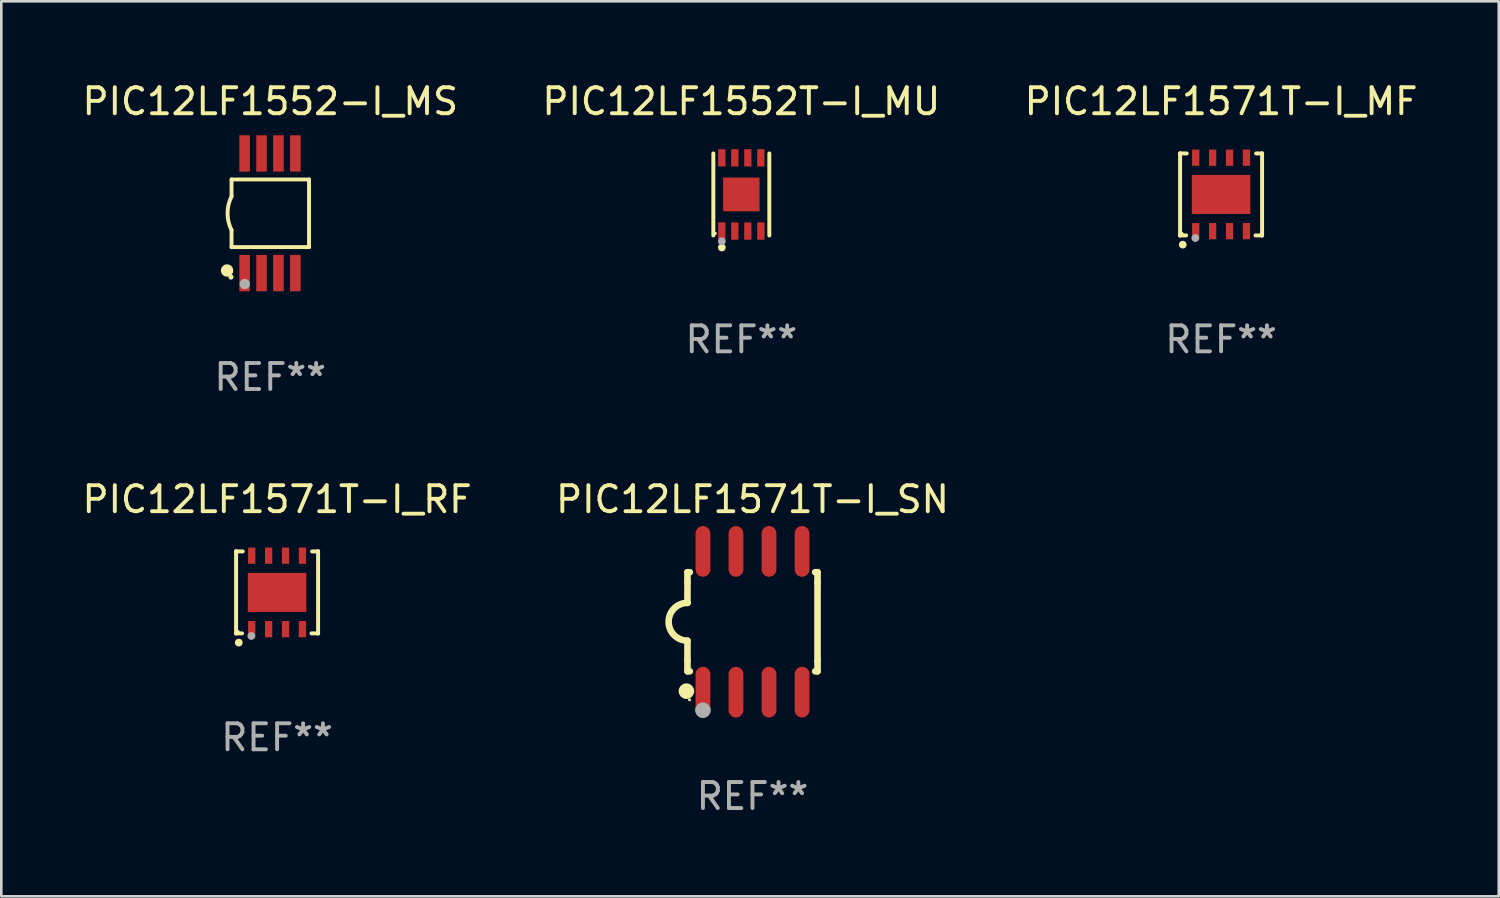
<source format=kicad_pcb>
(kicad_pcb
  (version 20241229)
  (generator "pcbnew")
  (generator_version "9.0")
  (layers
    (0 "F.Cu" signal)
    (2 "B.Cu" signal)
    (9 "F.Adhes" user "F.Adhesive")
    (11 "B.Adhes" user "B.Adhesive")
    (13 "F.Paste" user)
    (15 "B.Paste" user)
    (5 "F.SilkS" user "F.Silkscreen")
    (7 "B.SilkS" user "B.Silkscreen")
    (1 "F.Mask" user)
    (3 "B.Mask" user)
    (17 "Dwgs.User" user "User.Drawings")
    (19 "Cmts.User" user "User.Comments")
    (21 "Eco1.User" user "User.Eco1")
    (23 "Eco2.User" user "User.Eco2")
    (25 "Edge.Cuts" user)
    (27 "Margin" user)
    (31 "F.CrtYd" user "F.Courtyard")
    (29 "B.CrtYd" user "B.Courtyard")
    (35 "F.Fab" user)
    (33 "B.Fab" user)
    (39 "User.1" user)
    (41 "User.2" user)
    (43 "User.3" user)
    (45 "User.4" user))
  (footprint "PIC12LF1552-I_MS"
    (layer "F.Cu")
    (at 7.339 5.148)
    (property "Reference" "PIC12LF1552-I_MS" (at 0 -4.3 0) (layer "F.SilkS") (effects (font (size 1 1) (thickness 0.15))))
    (attr through_hole)
    (fp_line (start -1.489 -1.3) (end -1.489 -0.648) (stroke (width 0.15) (type solid)) (layer "F.SilkS"))
    (fp_line (start -1.489 0.648) (end -1.489 1.3) (stroke (width 0.15) (type solid)) (layer "F.SilkS"))
    (fp_line (start -1.489 1.3) (end 1.489 1.3) (stroke (width 0.15) (type solid)) (layer "F.SilkS"))
    (fp_line (start 1.489 -1.3) (end -1.489 -1.3) (stroke (width 0.15) (type solid)) (layer "F.SilkS"))
    (fp_line (start 1.489 1.3) (end 1.489 -1.3) (stroke (width 0.15) (type solid)) (layer "F.SilkS"))
    (fp_arc (start -1.489205 0.647702) (mid -1.642107 0) (end -1.489205 -0.647701) (stroke (width 0.150013) (type solid)) (layer "F.SilkS"))
    (fp_circle (center -1.661 2.2) (end -1.541 2.2) (stroke (width 0.24) (type solid)) (fill no) (layer "F.SilkS"))
    (fp_circle (center -1.511 2.45) (end -1.461 2.45) (stroke (width 0.1) (type solid)) (fill no) (layer "F.SilkS"))
    (fp_circle (center -0.981 2.72) (end -0.881 2.72) (stroke (width 0.2) (type solid)) (fill no) (layer "F.Fab"))
    (fp_text user "REF**" (at 0 6.3 0) (layer "F.Fab") (effects (font (size 1 1) (thickness 0.15))))
    (pad "1" smd rect (at -0.986 2.3) (size 0.406 1.397) (layers "F.Cu" "F.Mask" "F.Paste"))
    (pad "2" smd rect (at -0.336 2.3) (size 0.406 1.397) (layers "F.Cu" "F.Mask" "F.Paste"))
    (pad "3" smd rect (at 0.314 2.3) (size 0.406 1.397) (layers "F.Cu" "F.Mask" "F.Paste"))
    (pad "4" smd rect (at 0.964 2.3) (size 0.406 1.397) (layers "F.Cu" "F.Mask" "F.Paste"))
    (pad "5" smd rect (at 0.964 -2.3) (size 0.406 1.397) (layers "F.Cu" "F.Mask" "F.Paste"))
    (pad "6" smd rect (at 0.314 -2.3) (size 0.406 1.397) (layers "F.Cu" "F.Mask" "F.Paste"))
    (pad "7" smd rect (at -0.336 -2.3) (size 0.406 1.397) (layers "F.Cu" "F.Mask" "F.Paste"))
    (pad "8" smd rect (at -0.986 -2.3) (size 0.406 1.397) (layers "F.Cu" "F.Mask" "F.Paste")))
  (footprint "PIC12LF1571T-I_MF"
    (layer "F.Cu")
    (at 43.887 4.424)
    (property "Reference" "PIC12LF1571T-I_MF" (at 0 -3.576 0) (layer "F.SilkS") (effects (font (size 1 1) (thickness 0.15))))
    (attr through_hole)
    (fp_line (start -1.576 -1.576) (end -1.576 -1.576) (stroke (width 0.152) (type solid)) (layer "F.SilkS"))
    (fp_line (start -1.576 -1.576) (end -1.576 1.576) (stroke (width 0.152) (type solid)) (layer "F.SilkS"))
    (fp_line (start -1.576 1.576) (end -1.576 1.576) (stroke (width 0.152) (type solid)) (layer "F.SilkS"))
    (fp_line (start -1.576 1.576) (end -1.346 1.575) (stroke (width 0.152) (type solid)) (layer "F.SilkS"))
    (fp_line (start -1.321 -1.575) (end -1.576 -1.576) (stroke (width 0.152) (type solid)) (layer "F.SilkS"))
    (fp_line (start 1.321 1.575) (end 1.576 1.576) (stroke (width 0.152) (type solid)) (layer "F.SilkS"))
    (fp_line (start 1.576 -1.576) (end 1.346 -1.575) (stroke (width 0.152) (type solid)) (layer "F.SilkS"))
    (fp_line (start 1.576 -1.576) (end 1.576 -1.576) (stroke (width 0.152) (type solid)) (layer "F.SilkS"))
    (fp_line (start 1.576 1.576) (end 1.576 -1.576) (stroke (width 0.152) (type solid)) (layer "F.SilkS"))
    (fp_line (start 1.576 1.576) (end 1.576 1.576) (stroke (width 0.152) (type solid)) (layer "F.SilkS"))
    (fp_circle (center -1.5 1.5) (end -1.47 1.5) (stroke (width 0.06) (type solid)) (fill no) (layer "F.SilkS"))
    (fp_circle (center -1.473 1.93) (end -1.398 1.93) (stroke (width 0.15) (type solid)) (fill no) (layer "F.SilkS"))
    (fp_circle (center -0.991 1.676) (end -0.916 1.676) (stroke (width 0.15) (type solid)) (fill no) (layer "F.Fab"))
    (fp_text user "REF**" (at 0 5.576 0) (layer "F.Fab") (effects (font (size 1 1) (thickness 0.15))))
    (pad "1" smd rect (at -0.975 1.412) (size 0.28 0.625) (layers "F.Cu" "F.Mask" "F.Paste"))
    (pad "2" smd rect (at -0.325 1.412) (size 0.28 0.625) (layers "F.Cu" "F.Mask" "F.Paste"))
    (pad "3" smd rect (at 0.325 1.412) (size 0.28 0.625) (layers "F.Cu" "F.Mask" "F.Paste"))
    (pad "4" smd rect (at 0.975 1.412) (size 0.28 0.625) (layers "F.Cu" "F.Mask" "F.Paste"))
    (pad "5" smd rect (at 0.975 -1.412) (size 0.28 0.625) (layers "F.Cu" "F.Mask" "F.Paste"))
    (pad "6" smd rect (at 0.325 -1.412) (size 0.28 0.625) (layers "F.Cu" "F.Mask" "F.Paste"))
    (pad "7" smd rect (at -0.325 -1.412) (size 0.28 0.625) (layers "F.Cu" "F.Mask" "F.Paste"))
    (pad "8" smd rect (at -0.975 -1.412) (size 0.28 0.625) (layers "F.Cu" "F.Mask" "F.Paste"))
    (pad "9" smd rect (at 0 0) (size 2.25 1.5) (layers "F.Cu" "F.Mask" "F.Paste")))
  (footprint "PIC12LF1571T-I_RF"
    (layer "F.Cu")
    (at 7.601 19.721)
    (property "Reference" "PIC12LF1571T-I_RF" (at 0 -3.576 0) (layer "F.SilkS") (effects (font (size 1 1) (thickness 0.15))))
    (attr through_hole)
    (fp_line (start -1.576 -1.576) (end -1.576 -1.576) (stroke (width 0.152) (type solid)) (layer "F.SilkS"))
    (fp_line (start -1.576 -1.576) (end -1.576 1.576) (stroke (width 0.152) (type solid)) (layer "F.SilkS"))
    (fp_line (start -1.576 1.576) (end -1.576 1.576) (stroke (width 0.152) (type solid)) (layer "F.SilkS"))
    (fp_line (start -1.576 1.576) (end -1.346 1.575) (stroke (width 0.152) (type solid)) (layer "F.SilkS"))
    (fp_line (start -1.321 -1.575) (end -1.576 -1.576) (stroke (width 0.152) (type solid)) (layer "F.SilkS"))
    (fp_line (start 1.321 1.575) (end 1.576 1.576) (stroke (width 0.152) (type solid)) (layer "F.SilkS"))
    (fp_line (start 1.576 -1.576) (end 1.346 -1.575) (stroke (width 0.152) (type solid)) (layer "F.SilkS"))
    (fp_line (start 1.576 -1.576) (end 1.576 -1.576) (stroke (width 0.152) (type solid)) (layer "F.SilkS"))
    (fp_line (start 1.576 1.576) (end 1.576 -1.576) (stroke (width 0.152) (type solid)) (layer "F.SilkS"))
    (fp_line (start 1.576 1.576) (end 1.576 1.576) (stroke (width 0.152) (type solid)) (layer "F.SilkS"))
    (fp_circle (center -1.5 1.5) (end -1.47 1.5) (stroke (width 0.06) (type solid)) (fill no) (layer "F.SilkS"))
    (fp_circle (center -1.473 1.93) (end -1.398 1.93) (stroke (width 0.15) (type solid)) (fill no) (layer "F.SilkS"))
    (fp_circle (center -0.991 1.676) (end -0.916 1.676) (stroke (width 0.15) (type solid)) (fill no) (layer "F.Fab"))
    (fp_text user "REF**" (at 0 5.576 0) (layer "F.Fab") (effects (font (size 1 1) (thickness 0.15))))
    (pad "1" smd rect (at -0.975 1.412) (size 0.28 0.625) (layers "F.Cu" "F.Mask" "F.Paste"))
    (pad "2" smd rect (at -0.325 1.412) (size 0.28 0.625) (layers "F.Cu" "F.Mask" "F.Paste"))
    (pad "3" smd rect (at 0.325 1.412) (size 0.28 0.625) (layers "F.Cu" "F.Mask" "F.Paste"))
    (pad "4" smd rect (at 0.975 1.412) (size 0.28 0.625) (layers "F.Cu" "F.Mask" "F.Paste"))
    (pad "5" smd rect (at 0.975 -1.412) (size 0.28 0.625) (layers "F.Cu" "F.Mask" "F.Paste"))
    (pad "6" smd rect (at 0.325 -1.412) (size 0.28 0.625) (layers "F.Cu" "F.Mask" "F.Paste"))
    (pad "7" smd rect (at -0.325 -1.412) (size 0.28 0.625) (layers "F.Cu" "F.Mask" "F.Paste"))
    (pad "8" smd rect (at -0.975 -1.412) (size 0.28 0.625) (layers "F.Cu" "F.Mask" "F.Paste"))
    (pad "9" smd rect (at 0 0) (size 2.25 1.5) (layers "F.Cu" "F.Mask" "F.Paste")))
  (footprint "PIC12LF1552T-I_MU"
    (layer "F.Cu")
    (at 25.446 4.424)
    (property "Reference" "PIC12LF1552T-I_MU" (at 0 -3.576 0) (layer "F.SilkS") (effects (font (size 1 1) (thickness 0.15))))
    (attr through_hole)
    (fp_line (start -1.076 1.576) (end -1.076 -1.576) (stroke (width 0.152) (type solid)) (layer "F.SilkS"))
    (fp_line (start 1.076 1.576) (end 1.076 -1.576) (stroke (width 0.152) (type solid)) (layer "F.SilkS"))
    (fp_circle (center -1 1.5) (end -0.97 1.5) (stroke (width 0.06) (type solid)) (fill no) (layer "F.SilkS"))
    (fp_circle (center -0.75 2.04) (end -0.675 2.04) (stroke (width 0.15) (type solid)) (fill no) (layer "F.SilkS"))
    (fp_circle (center -0.75 1.8) (end -0.675 1.8) (stroke (width 0.15) (type solid)) (fill no) (layer "F.Fab"))
    (fp_text user "REF**" (at 0 5.576 0) (layer "F.Fab") (effects (font (size 1 1) (thickness 0.15))))
    (pad "1" smd rect (at -0.75 1.407) (size 0.28 0.665) (layers "F.Cu" "F.Mask" "F.Paste"))
    (pad "2" smd rect (at -0.25 1.407) (size 0.28 0.665) (layers "F.Cu" "F.Mask" "F.Paste"))
    (pad "3" smd rect (at 0.25 1.407) (size 0.28 0.665) (layers "F.Cu" "F.Mask" "F.Paste"))
    (pad "4" smd rect (at 0.75 1.407) (size 0.28 0.665) (layers "F.Cu" "F.Mask" "F.Paste"))
    (pad "5" smd rect (at 0.75 -1.407) (size 0.28 0.665) (layers "F.Cu" "F.Mask" "F.Paste"))
    (pad "6" smd rect (at 0.25 -1.407) (size 0.28 0.665) (layers "F.Cu" "F.Mask" "F.Paste"))
    (pad "7" smd rect (at -0.25 -1.407) (size 0.28 0.665) (layers "F.Cu" "F.Mask" "F.Paste"))
    (pad "8" smd rect (at -0.75 -1.407) (size 0.28 0.665) (layers "F.Cu" "F.Mask" "F.Paste"))
    (pad "9" smd rect (at 0 0) (size 1.4 1.3) (layers "F.Cu" "F.Mask" "F.Paste")))
  (footprint "PIC12LF1571T-I_SN"
    (layer "F.Cu")
    (at 25.875 20.85)
    (property "Reference" "PIC12LF1571T-I_SN" (at 0 -4.705 0) (layer "F.SilkS") (effects (font (size 1 1) (thickness 0.15))))
    (attr through_hole)
    (fp_line (start -2.5 -1.905) (end -2.409 -1.905) (stroke (width 0.254) (type solid)) (layer "F.SilkS"))
    (fp_line (start -2.5 -1.5) (end -2.5 -1.905) (stroke (width 0.254) (type solid)) (layer "F.SilkS"))
    (fp_line (start -2.5 -1.5) (end -2.5 -0.726) (stroke (width 0.254) (type solid)) (layer "F.SilkS"))
    (fp_line (start -2.5 1.5) (end -2.5 0.727) (stroke (width 0.254) (type solid)) (layer "F.SilkS"))
    (fp_line (start -2.5 1.5) (end -2.5 1.905) (stroke (width 0.254) (type solid)) (layer "F.SilkS"))
    (fp_line (start -2.5 1.905) (end -2.409 1.905) (stroke (width 0.254) (type solid)) (layer "F.SilkS"))
    (fp_line (start 2.5 -1.905) (end 2.409 -1.905) (stroke (width 0.254) (type solid)) (layer "F.SilkS"))
    (fp_line (start 2.5 -1.5) (end 2.5 -1.905) (stroke (width 0.254) (type solid)) (layer "F.SilkS"))
    (fp_line (start 2.5 -1.5) (end 2.5 1.5) (stroke (width 0.254) (type solid)) (layer "F.SilkS"))
    (fp_line (start 2.5 1.5) (end 2.5 1.905) (stroke (width 0.254) (type solid)) (layer "F.SilkS"))
    (fp_line (start 2.5 1.905) (end 2.409 1.905) (stroke (width 0.254) (type solid)) (layer "F.SilkS"))
    (fp_arc (start -2.5 0.726568) (mid -3.220316 -0.0023) (end -2.495097 -0.726289) (stroke (width 0.254001) (type solid)) (layer "F.SilkS"))
    (fp_circle (center -2.54 2.667) (end -2.39 2.667) (stroke (width 0.3) (type solid)) (fill no) (layer "F.SilkS"))
    (fp_circle (center -2.42 3) (end -2.39 3) (stroke (width 0.06) (type solid)) (fill no) (layer "F.SilkS"))
    (fp_circle (center -1.905 3.4) (end -1.755 3.4) (stroke (width 0.3) (type solid)) (fill no) (layer "F.Fab"))
    (fp_text user "REF**" (at 0 6.705 0) (layer "F.Fab") (effects (font (size 1 1) (thickness 0.15))))
    (pad "1" smd oval (at -1.905 2.705) (size 0.568 1.95) (layers "F.Cu" "F.Mask" "F.Paste"))
    (pad "2" smd oval (at -0.635 2.705) (size 0.568 1.95) (layers "F.Cu" "F.Mask" "F.Paste"))
    (pad "3" smd oval (at 0.635 2.705) (size 0.568 1.95) (layers "F.Cu" "F.Mask" "F.Paste"))
    (pad "4" smd oval (at 1.905 2.705) (size 0.568 1.95) (layers "F.Cu" "F.Mask" "F.Paste"))
    (pad "5" smd oval (at 1.905 -2.705) (size 0.568 1.95) (layers "F.Cu" "F.Mask" "F.Paste"))
    (pad "6" smd oval (at 0.635 -2.705) (size 0.568 1.95) (layers "F.Cu" "F.Mask" "F.Paste"))
    (pad "7" smd oval (at -0.635 -2.705) (size 0.568 1.95) (layers "F.Cu" "F.Mask" "F.Paste"))
    (pad "8" smd oval (at -1.905 -2.705) (size 0.568 1.95) (layers "F.Cu" "F.Mask" "F.Paste")))
  (gr_rect
    (start -3 -3)
    (end 54.56 31.403)
    (stroke (width 0.1) (type default))
    (fill no)
    (layer "Edge.Cuts")))
</source>
